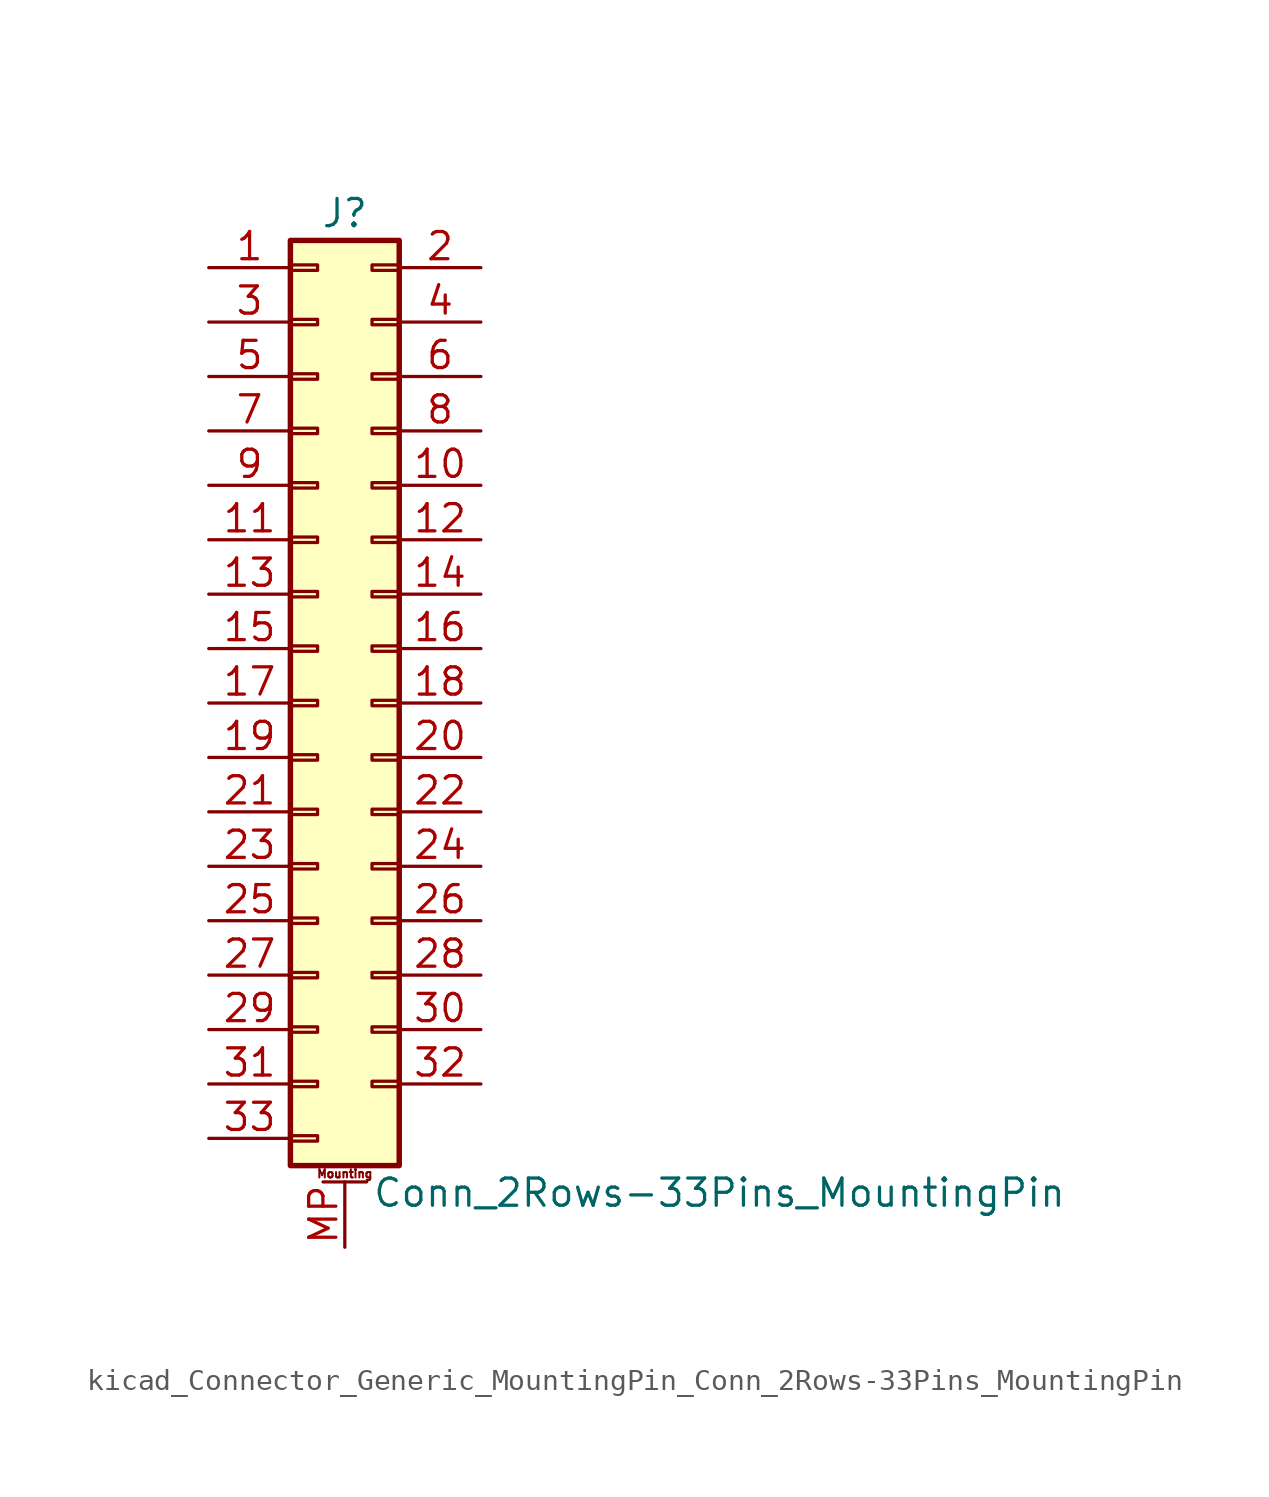
<source format=kicad_sym>
(kicad_symbol_lib
  (version 20220914)
  (generator kicad_symbol_editor)
  (symbol "kicad_Connector_Generic_MountingPin_Conn_2Rows-33Pins_MountingPin"
    (pin_names
      (offset 1.016) hide)
    (property "Reference" "J"
      (at 1.27 22.86 0)
      (effects (font (size 1.27 1.27))))
    (property "Value" "Conn_2Rows-33Pins_MountingPin"
      (at 2.54 -22.86 0)
      (effects (font (size 1.27 1.27)) (justify left)))
    (symbol "kicad_Connector_Generic_MountingPin_Conn_2Rows-33Pins_MountingPin_1_1"
      (rectangle (start -1.27 -20.193) (end 0 -20.447) (stroke (width 0.152) (type default)) (fill (type none)))
      (rectangle (start -1.27 -17.653) (end 0 -17.907) (stroke (width 0.152) (type default)) (fill (type none)))
      (rectangle (start -1.27 -15.113) (end 0 -15.367) (stroke (width 0.152) (type default)) (fill (type none)))
      (rectangle (start -1.27 -12.573) (end 0 -12.827) (stroke (width 0.152) (type default)) (fill (type none)))
      (rectangle (start -1.27 -10.033) (end 0 -10.287) (stroke (width 0.152) (type default)) (fill (type none)))
      (rectangle (start -1.27 -7.493) (end 0 -7.747) (stroke (width 0.152) (type default)) (fill (type none)))
      (rectangle (start -1.27 -4.953) (end 0 -5.207) (stroke (width 0.152) (type default)) (fill (type none)))
      (rectangle (start -1.27 -2.413) (end 0 -2.667) (stroke (width 0.152) (type default)) (fill (type none)))
      (rectangle (start -1.27 0.127) (end 0 -0.127) (stroke (width 0.152) (type default)) (fill (type none)))
      (rectangle (start -1.27 2.667) (end 0 2.413) (stroke (width 0.152) (type default)) (fill (type none)))
      (rectangle (start -1.27 5.207) (end 0 4.953) (stroke (width 0.152) (type default)) (fill (type none)))
      (rectangle (start -1.27 7.747) (end 0 7.493) (stroke (width 0.152) (type default)) (fill (type none)))
      (rectangle (start -1.27 10.287) (end 0 10.033) (stroke (width 0.152) (type default)) (fill (type none)))
      (rectangle (start -1.27 12.827) (end 0 12.573) (stroke (width 0.152) (type default)) (fill (type none)))
      (rectangle (start -1.27 15.367) (end 0 15.113) (stroke (width 0.152) (type default)) (fill (type none)))
      (rectangle (start -1.27 17.907) (end 0 17.653) (stroke (width 0.152) (type default)) (fill (type none)))
      (rectangle (start -1.27 20.447) (end 0 20.193) (stroke (width 0.152) (type default)) (fill (type none)))
      (rectangle (start -1.27 21.59) (end 3.81 -21.59) (stroke (width 0.254) (type default)) (fill (type background)))
      (polyline (pts (xy 0.254 -22.352) (xy 2.286 -22.352)) (stroke (width 0.152) (type default)) (fill (type none)))
      (rectangle (start 3.81 -17.653) (end 2.54 -17.907) (stroke (width 0.152) (type default)) (fill (type none)))
      (rectangle (start 3.81 -15.113) (end 2.54 -15.367) (stroke (width 0.152) (type default)) (fill (type none)))
      (rectangle (start 3.81 -12.573) (end 2.54 -12.827) (stroke (width 0.152) (type default)) (fill (type none)))
      (rectangle (start 3.81 -10.033) (end 2.54 -10.287) (stroke (width 0.152) (type default)) (fill (type none)))
      (rectangle (start 3.81 -7.493) (end 2.54 -7.747) (stroke (width 0.152) (type default)) (fill (type none)))
      (rectangle (start 3.81 -4.953) (end 2.54 -5.207) (stroke (width 0.152) (type default)) (fill (type none)))
      (rectangle (start 3.81 -2.413) (end 2.54 -2.667) (stroke (width 0.152) (type default)) (fill (type none)))
      (rectangle (start 3.81 0.127) (end 2.54 -0.127) (stroke (width 0.152) (type default)) (fill (type none)))
      (rectangle (start 3.81 2.667) (end 2.54 2.413) (stroke (width 0.152) (type default)) (fill (type none)))
      (rectangle (start 3.81 5.207) (end 2.54 4.953) (stroke (width 0.152) (type default)) (fill (type none)))
      (rectangle (start 3.81 7.747) (end 2.54 7.493) (stroke (width 0.152) (type default)) (fill (type none)))
      (rectangle (start 3.81 10.287) (end 2.54 10.033) (stroke (width 0.152) (type default)) (fill (type none)))
      (rectangle (start 3.81 12.827) (end 2.54 12.573) (stroke (width 0.152) (type default)) (fill (type none)))
      (rectangle (start 3.81 15.367) (end 2.54 15.113) (stroke (width 0.152) (type default)) (fill (type none)))
      (rectangle (start 3.81 17.907) (end 2.54 17.653) (stroke (width 0.152) (type default)) (fill (type none)))
      (rectangle (start 3.81 20.447) (end 2.54 20.193) (stroke (width 0.152) (type default)) (fill (type none)))
      (text "Mounting" (at 1.27 -21.971 0) (effects (font (size 0.381 0.381))))
      (pin passive line (at -5.08 20.32 0) (length 3.81) (name "Pin_1" (effects (font (size 1.27 1.27)))) (number "1" (effects (font (size 1.27 1.27)))))
      (pin passive line (at 7.62 10.16 180) (length 3.81) (name "Pin_10" (effects (font (size 1.27 1.27)))) (number "10" (effects (font (size 1.27 1.27)))))
      (pin passive line (at -5.08 7.62 0) (length 3.81) (name "Pin_11" (effects (font (size 1.27 1.27)))) (number "11" (effects (font (size 1.27 1.27)))))
      (pin passive line (at 7.62 7.62 180) (length 3.81) (name "Pin_12" (effects (font (size 1.27 1.27)))) (number "12" (effects (font (size 1.27 1.27)))))
      (pin passive line (at -5.08 5.08 0) (length 3.81) (name "Pin_13" (effects (font (size 1.27 1.27)))) (number "13" (effects (font (size 1.27 1.27)))))
      (pin passive line (at 7.62 5.08 180) (length 3.81) (name "Pin_14" (effects (font (size 1.27 1.27)))) (number "14" (effects (font (size 1.27 1.27)))))
      (pin passive line (at -5.08 2.54 0) (length 3.81) (name "Pin_15" (effects (font (size 1.27 1.27)))) (number "15" (effects (font (size 1.27 1.27)))))
      (pin passive line (at 7.62 2.54 180) (length 3.81) (name "Pin_16" (effects (font (size 1.27 1.27)))) (number "16" (effects (font (size 1.27 1.27)))))
      (pin passive line (at -5.08 0 0) (length 3.81) (name "Pin_17" (effects (font (size 1.27 1.27)))) (number "17" (effects (font (size 1.27 1.27)))))
      (pin passive line (at 7.62 0 180) (length 3.81) (name "Pin_18" (effects (font (size 1.27 1.27)))) (number "18" (effects (font (size 1.27 1.27)))))
      (pin passive line (at -5.08 -2.54 0) (length 3.81) (name "Pin_19" (effects (font (size 1.27 1.27)))) (number "19" (effects (font (size 1.27 1.27)))))
      (pin passive line (at 7.62 20.32 180) (length 3.81) (name "Pin_2" (effects (font (size 1.27 1.27)))) (number "2" (effects (font (size 1.27 1.27)))))
      (pin passive line (at 7.62 -2.54 180) (length 3.81) (name "Pin_20" (effects (font (size 1.27 1.27)))) (number "20" (effects (font (size 1.27 1.27)))))
      (pin passive line (at -5.08 -5.08 0) (length 3.81) (name "Pin_21" (effects (font (size 1.27 1.27)))) (number "21" (effects (font (size 1.27 1.27)))))
      (pin passive line (at 7.62 -5.08 180) (length 3.81) (name "Pin_22" (effects (font (size 1.27 1.27)))) (number "22" (effects (font (size 1.27 1.27)))))
      (pin passive line (at -5.08 -7.62 0) (length 3.81) (name "Pin_23" (effects (font (size 1.27 1.27)))) (number "23" (effects (font (size 1.27 1.27)))))
      (pin passive line (at 7.62 -7.62 180) (length 3.81) (name "Pin_24" (effects (font (size 1.27 1.27)))) (number "24" (effects (font (size 1.27 1.27)))))
      (pin passive line (at -5.08 -10.16 0) (length 3.81) (name "Pin_25" (effects (font (size 1.27 1.27)))) (number "25" (effects (font (size 1.27 1.27)))))
      (pin passive line (at 7.62 -10.16 180) (length 3.81) (name "Pin_26" (effects (font (size 1.27 1.27)))) (number "26" (effects (font (size 1.27 1.27)))))
      (pin passive line (at -5.08 -12.7 0) (length 3.81) (name "Pin_27" (effects (font (size 1.27 1.27)))) (number "27" (effects (font (size 1.27 1.27)))))
      (pin passive line (at 7.62 -12.7 180) (length 3.81) (name "Pin_28" (effects (font (size 1.27 1.27)))) (number "28" (effects (font (size 1.27 1.27)))))
      (pin passive line (at -5.08 -15.24 0) (length 3.81) (name "Pin_29" (effects (font (size 1.27 1.27)))) (number "29" (effects (font (size 1.27 1.27)))))
      (pin passive line (at -5.08 17.78 0) (length 3.81) (name "Pin_3" (effects (font (size 1.27 1.27)))) (number "3" (effects (font (size 1.27 1.27)))))
      (pin passive line (at 7.62 -15.24 180) (length 3.81) (name "Pin_30" (effects (font (size 1.27 1.27)))) (number "30" (effects (font (size 1.27 1.27)))))
      (pin passive line (at -5.08 -17.78 0) (length 3.81) (name "Pin_31" (effects (font (size 1.27 1.27)))) (number "31" (effects (font (size 1.27 1.27)))))
      (pin passive line (at 7.62 -17.78 180) (length 3.81) (name "Pin_32" (effects (font (size 1.27 1.27)))) (number "32" (effects (font (size 1.27 1.27)))))
      (pin passive line (at -5.08 -20.32 0) (length 3.81) (name "Pin_33" (effects (font (size 1.27 1.27)))) (number "33" (effects (font (size 1.27 1.27)))))
      (pin passive line (at 7.62 17.78 180) (length 3.81) (name "Pin_4" (effects (font (size 1.27 1.27)))) (number "4" (effects (font (size 1.27 1.27)))))
      (pin passive line (at -5.08 15.24 0) (length 3.81) (name "Pin_5" (effects (font (size 1.27 1.27)))) (number "5" (effects (font (size 1.27 1.27)))))
      (pin passive line (at 7.62 15.24 180) (length 3.81) (name "Pin_6" (effects (font (size 1.27 1.27)))) (number "6" (effects (font (size 1.27 1.27)))))
      (pin passive line (at -5.08 12.7 0) (length 3.81) (name "Pin_7" (effects (font (size 1.27 1.27)))) (number "7" (effects (font (size 1.27 1.27)))))
      (pin passive line (at 7.62 12.7 180) (length 3.81) (name "Pin_8" (effects (font (size 1.27 1.27)))) (number "8" (effects (font (size 1.27 1.27)))))
      (pin passive line (at -5.08 10.16 0) (length 3.81) (name "Pin_9" (effects (font (size 1.27 1.27)))) (number "9" (effects (font (size 1.27 1.27)))))
      (pin passive line (at 1.27 -25.4 90) (length 3.048) (name "MountPin" (effects (font (size 1.27 1.27)))) (number "MP" (effects (font (size 1.27 1.27))))))))
</source>
